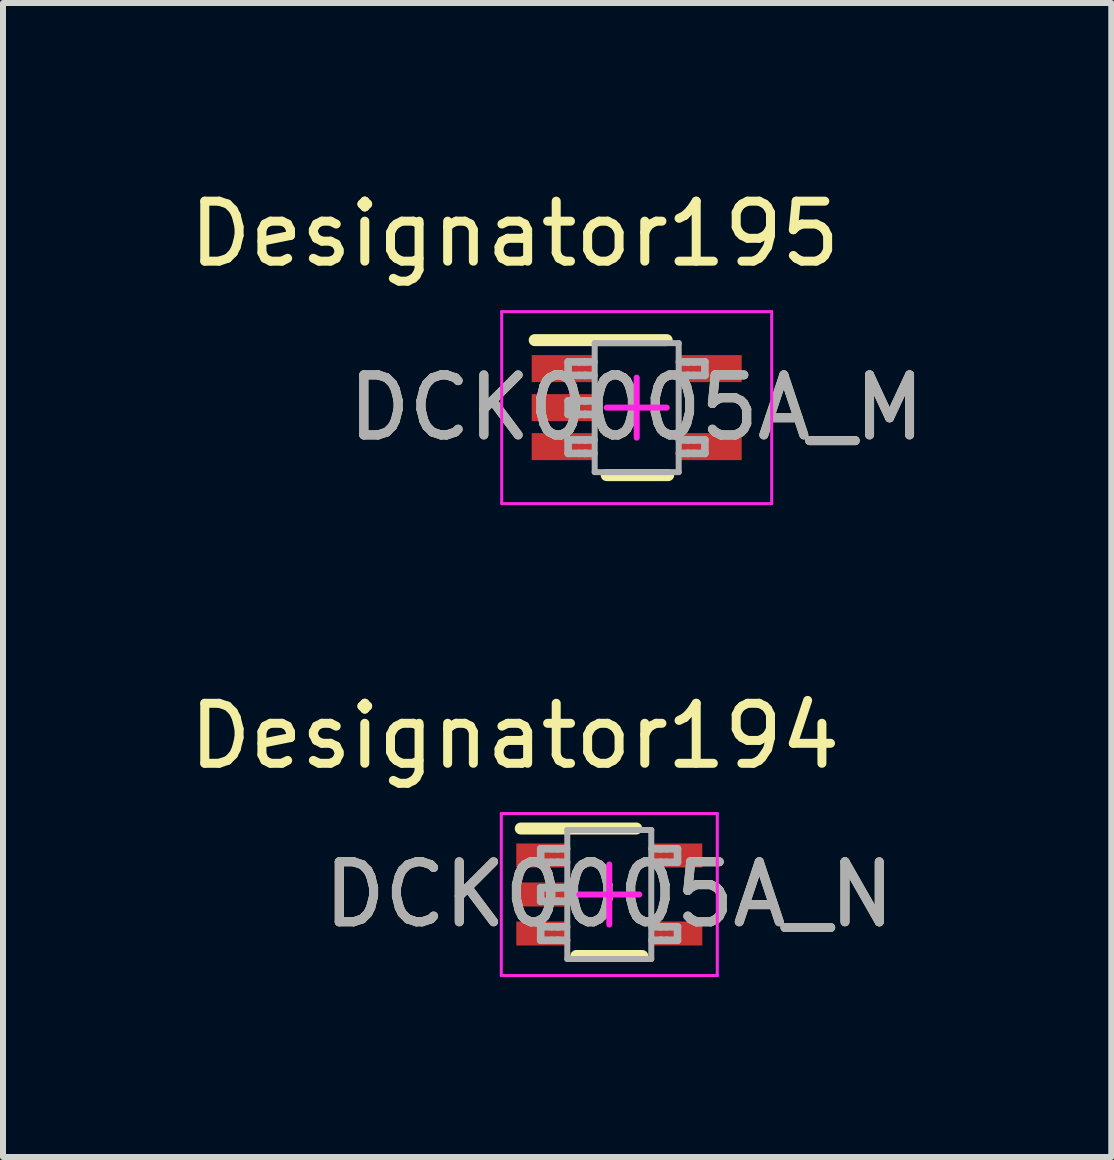
<source format=kicad_pcb>
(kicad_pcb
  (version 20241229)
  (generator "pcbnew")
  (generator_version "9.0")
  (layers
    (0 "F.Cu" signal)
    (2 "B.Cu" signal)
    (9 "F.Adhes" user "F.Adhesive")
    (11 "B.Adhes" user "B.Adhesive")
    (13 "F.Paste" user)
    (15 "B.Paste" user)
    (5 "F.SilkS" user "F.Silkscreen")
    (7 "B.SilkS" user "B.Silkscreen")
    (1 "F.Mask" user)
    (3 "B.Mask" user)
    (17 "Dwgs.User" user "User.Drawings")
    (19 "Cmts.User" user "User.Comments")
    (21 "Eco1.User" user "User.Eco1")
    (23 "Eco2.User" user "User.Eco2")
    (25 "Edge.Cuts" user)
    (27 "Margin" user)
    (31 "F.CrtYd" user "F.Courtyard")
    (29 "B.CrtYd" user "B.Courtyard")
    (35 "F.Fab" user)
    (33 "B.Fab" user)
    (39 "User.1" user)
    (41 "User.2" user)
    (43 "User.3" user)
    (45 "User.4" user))
  (footprint "DCK0005A_M"
    (layer "F.Cu")
    (at 7.562 3.744)
    (property "Reference" "DCK0005A_M" (at 0 0 0) (unlocked yes) (layer "F.SilkS") (effects (font (size 1 1) (thickness 0.15))))
    (attr smd)
    (fp_line (start -1.7 -1.125) (end 0.5 -1.125) (stroke (width 0.2) (type solid)) (layer "F.SilkS"))
    (fp_line (start -0.5 1.125) (end 0.525 1.125) (stroke (width 0.2) (type solid)) (layer "F.SilkS"))
    (fp_line (start -2.25 -1.6) (end 2.25 -1.6) (stroke (width 0.05) (type solid)) (layer "F.CrtYd"))
    (fp_line (start -2.25 1.6) (end -2.25 -1.6) (stroke (width 0.05) (type solid)) (layer "F.CrtYd"))
    (fp_line (start -2.25 1.6) (end 2.25 1.6) (stroke (width 0.05) (type solid)) (layer "F.CrtYd"))
    (fp_line (start -0.5 0) (end 0.5 0) (stroke (width 0.1) (type solid)) (layer "F.CrtYd"))
    (fp_line (start -0.000003 0.5) (end -0.000003 -0.5) (stroke (width 0.1) (type solid)) (layer "F.CrtYd"))
    (fp_line (start 2.25 1.6) (end 2.25 -1.6) (stroke (width 0.05) (type solid)) (layer "F.CrtYd"))
    (fp_line (start -1.143 -0.762) (end -0.959 -0.762) (stroke (width 0.127) (type solid)) (layer "F.Fab"))
    (fp_line (start -1.143 -0.537) (end -1.143 -0.762) (stroke (width 0.127) (type solid)) (layer "F.Fab"))
    (fp_line (start -1.143 -0.537) (end -0.959 -0.537) (stroke (width 0.127) (type solid)) (layer "F.Fab"))
    (fp_line (start -1.143 -0.112) (end -0.959 -0.112) (stroke (width 0.127) (type solid)) (layer "F.Fab"))
    (fp_line (start -1.143 0.113) (end -1.143 -0.112) (stroke (width 0.127) (type solid)) (layer "F.Fab"))
    (fp_line (start -1.143 0.113) (end -0.959 0.113) (stroke (width 0.127) (type solid)) (layer "F.Fab"))
    (fp_line (start -1.143 0.538) (end -0.959 0.538) (stroke (width 0.127) (type solid)) (layer "F.Fab"))
    (fp_line (start -1.143 0.763) (end -1.143 0.538) (stroke (width 0.127) (type solid)) (layer "F.Fab"))
    (fp_line (start -1.143 0.763) (end -0.959 0.763) (stroke (width 0.127) (type solid)) (layer "F.Fab"))
    (fp_line (start -0.959 -0.762) (end -0.711 -0.762) (stroke (width 0.127) (type solid)) (layer "F.Fab"))
    (fp_line (start -0.959 -0.537) (end -0.865 -0.537) (stroke (width 0.127) (type solid)) (layer "F.Fab"))
    (fp_line (start -0.959 -0.112) (end -0.865 -0.112) (stroke (width 0.127) (type solid)) (layer "F.Fab"))
    (fp_line (start -0.959 0.113) (end -0.865 0.113) (stroke (width 0.127) (type solid)) (layer "F.Fab"))
    (fp_line (start -0.959 0.538) (end -0.865 0.538) (stroke (width 0.127) (type solid)) (layer "F.Fab"))
    (fp_line (start -0.959 0.763) (end -0.865 0.763) (stroke (width 0.127) (type solid)) (layer "F.Fab"))
    (fp_line (start -0.865 -0.762) (end -0.853 -0.762) (stroke (width 0.127) (type solid)) (layer "F.Fab"))
    (fp_line (start -0.865 -0.537) (end -0.853 -0.537) (stroke (width 0.127) (type solid)) (layer "F.Fab"))
    (fp_line (start -0.865 -0.112) (end -0.853 -0.112) (stroke (width 0.127) (type solid)) (layer "F.Fab"))
    (fp_line (start -0.865 0.113) (end -0.853 0.113) (stroke (width 0.127) (type solid)) (layer "F.Fab"))
    (fp_line (start -0.865 0.538) (end -0.853 0.538) (stroke (width 0.127) (type solid)) (layer "F.Fab"))
    (fp_line (start -0.865 0.763) (end -0.853 0.763) (stroke (width 0.127) (type solid)) (layer "F.Fab"))
    (fp_line (start -0.853 -0.537) (end -0.711 -0.537) (stroke (width 0.127) (type solid)) (layer "F.Fab"))
    (fp_line (start -0.853 -0.112) (end -0.711 -0.112) (stroke (width 0.127) (type solid)) (layer "F.Fab"))
    (fp_line (start -0.853 0.113) (end -0.711 0.113) (stroke (width 0.127) (type solid)) (layer "F.Fab"))
    (fp_line (start -0.853 0.538) (end -0.711 0.538) (stroke (width 0.127) (type solid)) (layer "F.Fab"))
    (fp_line (start -0.853 0.763) (end -0.711 0.763) (stroke (width 0.127) (type solid)) (layer "F.Fab"))
    (fp_line (start -0.7 -1.075) (end 0.7 -1.075) (stroke (width 0.1) (type solid)) (layer "F.Fab"))
    (fp_line (start -0.7 1.075) (end -0.7 -1.075) (stroke (width 0.1) (type solid)) (layer "F.Fab"))
    (fp_line (start -0.7 1.075) (end 0.7 1.075) (stroke (width 0.1) (type solid)) (layer "F.Fab"))
    (fp_line (start 0.7 1.075) (end 0.7 -1.075) (stroke (width 0.1) (type solid)) (layer "F.Fab"))
    (fp_line (start 0.711 -0.762) (end 0.847 -0.762) (stroke (width 0.127) (type solid)) (layer "F.Fab"))
    (fp_line (start 0.711 -0.537) (end 0.847 -0.537) (stroke (width 0.127) (type solid)) (layer "F.Fab"))
    (fp_line (start 0.711 0.538) (end 0.847 0.538) (stroke (width 0.127) (type solid)) (layer "F.Fab"))
    (fp_line (start 0.711 0.763) (end 0.847 0.763) (stroke (width 0.127) (type solid)) (layer "F.Fab"))
    (fp_line (start 0.847 -0.762) (end 0.859 -0.762) (stroke (width 0.127) (type solid)) (layer "F.Fab"))
    (fp_line (start 0.847 -0.537) (end 0.859 -0.537) (stroke (width 0.127) (type solid)) (layer "F.Fab"))
    (fp_line (start 0.847 0.538) (end 0.859 0.538) (stroke (width 0.127) (type solid)) (layer "F.Fab"))
    (fp_line (start 0.847 0.763) (end 0.859 0.763) (stroke (width 0.127) (type solid)) (layer "F.Fab"))
    (fp_line (start 0.859 -0.762) (end 0.953 -0.762) (stroke (width 0.127) (type solid)) (layer "F.Fab"))
    (fp_line (start 0.859 -0.537) (end 0.953 -0.537) (stroke (width 0.127) (type solid)) (layer "F.Fab"))
    (fp_line (start 0.859 0.538) (end 0.953 0.538) (stroke (width 0.127) (type solid)) (layer "F.Fab"))
    (fp_line (start 0.859 0.763) (end 0.953 0.763) (stroke (width 0.127) (type solid)) (layer "F.Fab"))
    (fp_line (start 0.953 -0.762) (end 1.137 -0.762) (stroke (width 0.127) (type solid)) (layer "F.Fab"))
    (fp_line (start 0.953 -0.537) (end 1.137 -0.537) (stroke (width 0.127) (type solid)) (layer "F.Fab"))
    (fp_line (start 0.953 0.538) (end 1.137 0.538) (stroke (width 0.127) (type solid)) (layer "F.Fab"))
    (fp_line (start 0.953 0.763) (end 1.137 0.763) (stroke (width 0.127) (type solid)) (layer "F.Fab"))
    (fp_line (start 1.137 -0.537) (end 1.137 -0.762) (stroke (width 0.127) (type solid)) (layer "F.Fab"))
    (fp_line (start 1.137 0.763) (end 1.137 0.538) (stroke (width 0.127) (type solid)) (layer "F.Fab"))
    (fp_text user "Designator195" (at -2.032 -2.896 0) (unlocked yes) (layer "F.SilkS") (effects (font (size 1 1) (thickness 0.15))))
    (fp_text user "${REFERENCE}" (at 0 0 0) (unlocked yes) (layer "F.Fab") (effects (font (size 1 1) (thickness 0.15))))
    (pad "1" smd rect (at -1.225 -0.65 90) (size 0.45 1.05) (layers "F.Cu" "F.Mask" "F.Paste"))
    (pad "2" smd rect (at -1.225 0 90) (size 0.45 1.05) (layers "F.Cu" "F.Mask" "F.Paste"))
    (pad "3" smd rect (at -1.225 0.65 90) (size 0.45 1.05) (layers "F.Cu" "F.Mask" "F.Paste"))
    (pad "4" smd rect (at 1.225 0.65 90) (size 0.45 1.05) (layers "F.Cu" "F.Mask" "F.Paste"))
    (pad "5" smd rect (at 1.225 -0.65 90) (size 0.45 1.05) (layers "F.Cu" "F.Mask" "F.Paste")))
  (footprint "DCK0005A_N"
    (layer "F.Cu")
    (at 7.105 11.859)
    (property "Reference" "DCK0005A_N" (at 0 0 0) (unlocked yes) (layer "F.SilkS") (effects (font (size 1 1) (thickness 0.15))))
    (attr smd)
    (fp_line (start -1.475 -1.1) (end 0.45 -1.1) (stroke (width 0.2) (type solid)) (layer "F.SilkS"))
    (fp_line (start -0.55 1.025) (end 0.55 1.025) (stroke (width 0.2) (type solid)) (layer "F.SilkS"))
    (fp_line (start -1.8 -1.35) (end 1.8 -1.35) (stroke (width 0.05) (type solid)) (layer "F.CrtYd"))
    (fp_line (start -1.8 1.35) (end -1.8 -1.35) (stroke (width 0.05) (type solid)) (layer "F.CrtYd"))
    (fp_line (start -1.8 1.35) (end 1.8 1.35) (stroke (width 0.05) (type solid)) (layer "F.CrtYd"))
    (fp_line (start -0.5 0) (end 0.5 0) (stroke (width 0.1) (type solid)) (layer "F.CrtYd"))
    (fp_line (start 0 0.5) (end 0 -0.5) (stroke (width 0.1) (type solid)) (layer "F.CrtYd"))
    (fp_line (start 1.8 1.35) (end 1.8 -1.35) (stroke (width 0.05) (type solid)) (layer "F.CrtYd"))
    (fp_line (start -1.143 -0.762) (end -0.959 -0.762) (stroke (width 0.127) (type solid)) (layer "F.Fab"))
    (fp_line (start -1.143 -0.537) (end -1.143 -0.762) (stroke (width 0.127) (type solid)) (layer "F.Fab"))
    (fp_line (start -1.143 -0.537) (end -0.959 -0.537) (stroke (width 0.127) (type solid)) (layer "F.Fab"))
    (fp_line (start -1.143 -0.112) (end -0.959 -0.112) (stroke (width 0.127) (type solid)) (layer "F.Fab"))
    (fp_line (start -1.143 0.113) (end -1.143 -0.112) (stroke (width 0.127) (type solid)) (layer "F.Fab"))
    (fp_line (start -1.143 0.113) (end -0.959 0.113) (stroke (width 0.127) (type solid)) (layer "F.Fab"))
    (fp_line (start -1.143 0.538) (end -0.959 0.538) (stroke (width 0.127) (type solid)) (layer "F.Fab"))
    (fp_line (start -1.143 0.763) (end -1.143 0.538) (stroke (width 0.127) (type solid)) (layer "F.Fab"))
    (fp_line (start -1.143 0.763) (end -0.959 0.763) (stroke (width 0.127) (type solid)) (layer "F.Fab"))
    (fp_line (start -0.959 -0.762) (end -0.711 -0.762) (stroke (width 0.127) (type solid)) (layer "F.Fab"))
    (fp_line (start -0.959 -0.537) (end -0.865 -0.537) (stroke (width 0.127) (type solid)) (layer "F.Fab"))
    (fp_line (start -0.959 -0.112) (end -0.865 -0.112) (stroke (width 0.127) (type solid)) (layer "F.Fab"))
    (fp_line (start -0.959 0.113) (end -0.865 0.113) (stroke (width 0.127) (type solid)) (layer "F.Fab"))
    (fp_line (start -0.959 0.538) (end -0.865 0.538) (stroke (width 0.127) (type solid)) (layer "F.Fab"))
    (fp_line (start -0.959 0.763) (end -0.865 0.763) (stroke (width 0.127) (type solid)) (layer "F.Fab"))
    (fp_line (start -0.865 -0.762) (end -0.853 -0.762) (stroke (width 0.127) (type solid)) (layer "F.Fab"))
    (fp_line (start -0.865 -0.537) (end -0.853 -0.537) (stroke (width 0.127) (type solid)) (layer "F.Fab"))
    (fp_line (start -0.865 -0.112) (end -0.853 -0.112) (stroke (width 0.127) (type solid)) (layer "F.Fab"))
    (fp_line (start -0.865 0.113) (end -0.853 0.113) (stroke (width 0.127) (type solid)) (layer "F.Fab"))
    (fp_line (start -0.865 0.538) (end -0.853 0.538) (stroke (width 0.127) (type solid)) (layer "F.Fab"))
    (fp_line (start -0.865 0.763) (end -0.853 0.763) (stroke (width 0.127) (type solid)) (layer "F.Fab"))
    (fp_line (start -0.853 -0.537) (end -0.711 -0.537) (stroke (width 0.127) (type solid)) (layer "F.Fab"))
    (fp_line (start -0.853 -0.112) (end -0.711 -0.112) (stroke (width 0.127) (type solid)) (layer "F.Fab"))
    (fp_line (start -0.853 0.113) (end -0.711 0.113) (stroke (width 0.127) (type solid)) (layer "F.Fab"))
    (fp_line (start -0.853 0.538) (end -0.711 0.538) (stroke (width 0.127) (type solid)) (layer "F.Fab"))
    (fp_line (start -0.853 0.763) (end -0.711 0.763) (stroke (width 0.127) (type solid)) (layer "F.Fab"))
    (fp_line (start -0.7 -1.075) (end 0.7 -1.075) (stroke (width 0.1) (type solid)) (layer "F.Fab"))
    (fp_line (start -0.7 1.075) (end -0.7 -1.075) (stroke (width 0.1) (type solid)) (layer "F.Fab"))
    (fp_line (start -0.7 1.075) (end 0.7 1.075) (stroke (width 0.1) (type solid)) (layer "F.Fab"))
    (fp_line (start 0.7 1.075) (end 0.7 -1.075) (stroke (width 0.1) (type solid)) (layer "F.Fab"))
    (fp_line (start 0.711 -0.762) (end 0.847 -0.762) (stroke (width 0.127) (type solid)) (layer "F.Fab"))
    (fp_line (start 0.711 -0.537) (end 0.847 -0.537) (stroke (width 0.127) (type solid)) (layer "F.Fab"))
    (fp_line (start 0.711 0.538) (end 0.847 0.538) (stroke (width 0.127) (type solid)) (layer "F.Fab"))
    (fp_line (start 0.711 0.763) (end 0.847 0.763) (stroke (width 0.127) (type solid)) (layer "F.Fab"))
    (fp_line (start 0.847 -0.762) (end 0.859 -0.762) (stroke (width 0.127) (type solid)) (layer "F.Fab"))
    (fp_line (start 0.847 -0.537) (end 0.859 -0.537) (stroke (width 0.127) (type solid)) (layer "F.Fab"))
    (fp_line (start 0.847 0.538) (end 0.859 0.538) (stroke (width 0.127) (type solid)) (layer "F.Fab"))
    (fp_line (start 0.847 0.763) (end 0.859 0.763) (stroke (width 0.127) (type solid)) (layer "F.Fab"))
    (fp_line (start 0.859 -0.762) (end 0.953 -0.762) (stroke (width 0.127) (type solid)) (layer "F.Fab"))
    (fp_line (start 0.859 -0.537) (end 0.953 -0.537) (stroke (width 0.127) (type solid)) (layer "F.Fab"))
    (fp_line (start 0.859 0.538) (end 0.953 0.538) (stroke (width 0.127) (type solid)) (layer "F.Fab"))
    (fp_line (start 0.859 0.763) (end 0.953 0.763) (stroke (width 0.127) (type solid)) (layer "F.Fab"))
    (fp_line (start 0.953 -0.762) (end 1.137 -0.762) (stroke (width 0.127) (type solid)) (layer "F.Fab"))
    (fp_line (start 0.953 -0.537) (end 1.137 -0.537) (stroke (width 0.127) (type solid)) (layer "F.Fab"))
    (fp_line (start 0.953 0.538) (end 1.137 0.538) (stroke (width 0.127) (type solid)) (layer "F.Fab"))
    (fp_line (start 0.953 0.763) (end 1.137 0.763) (stroke (width 0.127) (type solid)) (layer "F.Fab"))
    (fp_line (start 1.137 -0.537) (end 1.137 -0.762) (stroke (width 0.127) (type solid)) (layer "F.Fab"))
    (fp_line (start 1.137 0.763) (end 1.137 0.538) (stroke (width 0.127) (type solid)) (layer "F.Fab"))
    (fp_text user "Designator194" (at -1.575 -2.642 0) (unlocked yes) (layer "F.SilkS") (effects (font (size 1 1) (thickness 0.15))))
    (fp_text user "${REFERENCE}" (at 0 0 0) (unlocked yes) (layer "F.Fab") (effects (font (size 1 1) (thickness 0.15))))
    (pad "1" smd rect (at -1.125 -0.65 90) (size 0.4 0.85) (layers "F.Cu" "F.Mask" "F.Paste"))
    (pad "2" smd rect (at -1.125 0 90) (size 0.4 0.85) (layers "F.Cu" "F.Mask" "F.Paste"))
    (pad "3" smd rect (at -1.125 0.65 90) (size 0.4 0.85) (layers "F.Cu" "F.Mask" "F.Paste"))
    (pad "4" smd rect (at 1.125 0.65 90) (size 0.4 0.85) (layers "F.Cu" "F.Mask" "F.Paste"))
    (pad "5" smd rect (at 1.125 -0.65 90) (size 0.4 0.85) (layers "F.Cu" "F.Mask" "F.Paste")))
  (gr_rect
    (start -3 -3)
    (end 15.472 16.234)
    (stroke (width 0.1) (type default))
    (fill no)
    (layer "Edge.Cuts")))
</source>
